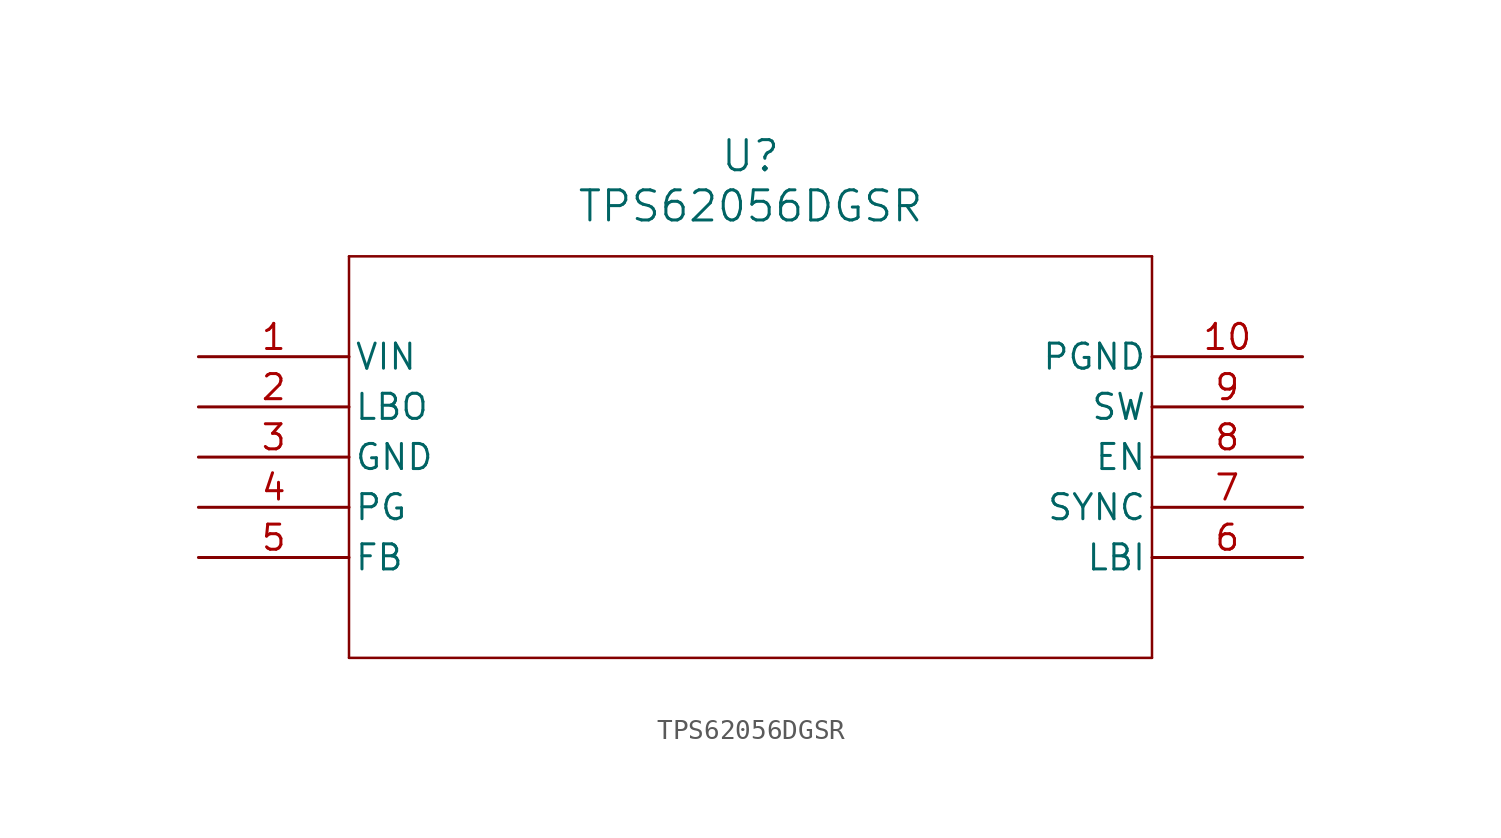
<source format=kicad_sym>
(kicad_symbol_lib
  (version 20211014)
  (generator kicad_symbol_editor)
  (symbol "TPS62056DGSR"
    (pin_names
      (offset 0.254))
    (property "Reference" "U"
      (at 27.94 10.16 0)
      (effects (font (size 1.524 1.524))))
    (property "Value" "TPS62056DGSR"
      (at 27.94 7.62 0)
      (effects (font (size 1.524 1.524))))
    (symbol "TPS62056DGSR_0_1"
      (polyline (pts (xy 7.62 5.08) (xy 7.62 -15.24)) (stroke (width 0.127) (type default) (color 0 0 0 0)) (fill (type none)))
      (polyline (pts (xy 7.62 -15.24) (xy 48.26 -15.24)) (stroke (width 0.127) (type default) (color 0 0 0 0)) (fill (type none)))
      (polyline (pts (xy 48.26 -15.24) (xy 48.26 5.08)) (stroke (width 0.127) (type default) (color 0 0 0 0)) (fill (type none)))
      (polyline (pts (xy 48.26 5.08) (xy 7.62 5.08)) (stroke (width 0.127) (type default) (color 0 0 0 0)) (fill (type none)))
      (pin input line (at 0 0 0) (length 7.62) (name "VIN" (effects (font (size 1.27 1.27)))) (number "1" (effects (font (size 1.27 1.27)))))
      (pin output line (at 0 -2.54 0) (length 7.62) (name "LBO" (effects (font (size 1.27 1.27)))) (number "2" (effects (font (size 1.27 1.27)))))
      (pin input line (at 0 -5.08 0) (length 7.62) (name "GND" (effects (font (size 1.27 1.27)))) (number "3" (effects (font (size 1.27 1.27)))))
      (pin output line (at 0 -7.62 0) (length 7.62) (name "PG" (effects (font (size 1.27 1.27)))) (number "4" (effects (font (size 1.27 1.27)))))
      (pin input line (at 0 -10.16 0) (length 7.62) (name "FB" (effects (font (size 1.27 1.27)))) (number "5" (effects (font (size 1.27 1.27)))))
      (pin input line (at 55.88 -10.16 180) (length 7.62) (name "LBI" (effects (font (size 1.27 1.27)))) (number "6" (effects (font (size 1.27 1.27)))))
      (pin input line (at 55.88 -7.62 180) (length 7.62) (name "SYNC" (effects (font (size 1.27 1.27)))) (number "7" (effects (font (size 1.27 1.27)))))
      (pin input line (at 55.88 -5.08 180) (length 7.62) (name "EN" (effects (font (size 1.27 1.27)))) (number "8" (effects (font (size 1.27 1.27)))))
      (pin output line (at 55.88 -2.54 180) (length 7.62) (name "SW" (effects (font (size 1.27 1.27)))) (number "9" (effects (font (size 1.27 1.27)))))
      (pin input line (at 55.88 0 180) (length 7.62) (name "PGND" (effects (font (size 1.27 1.27)))) (number "10" (effects (font (size 1.27 1.27))))))))
</source>
